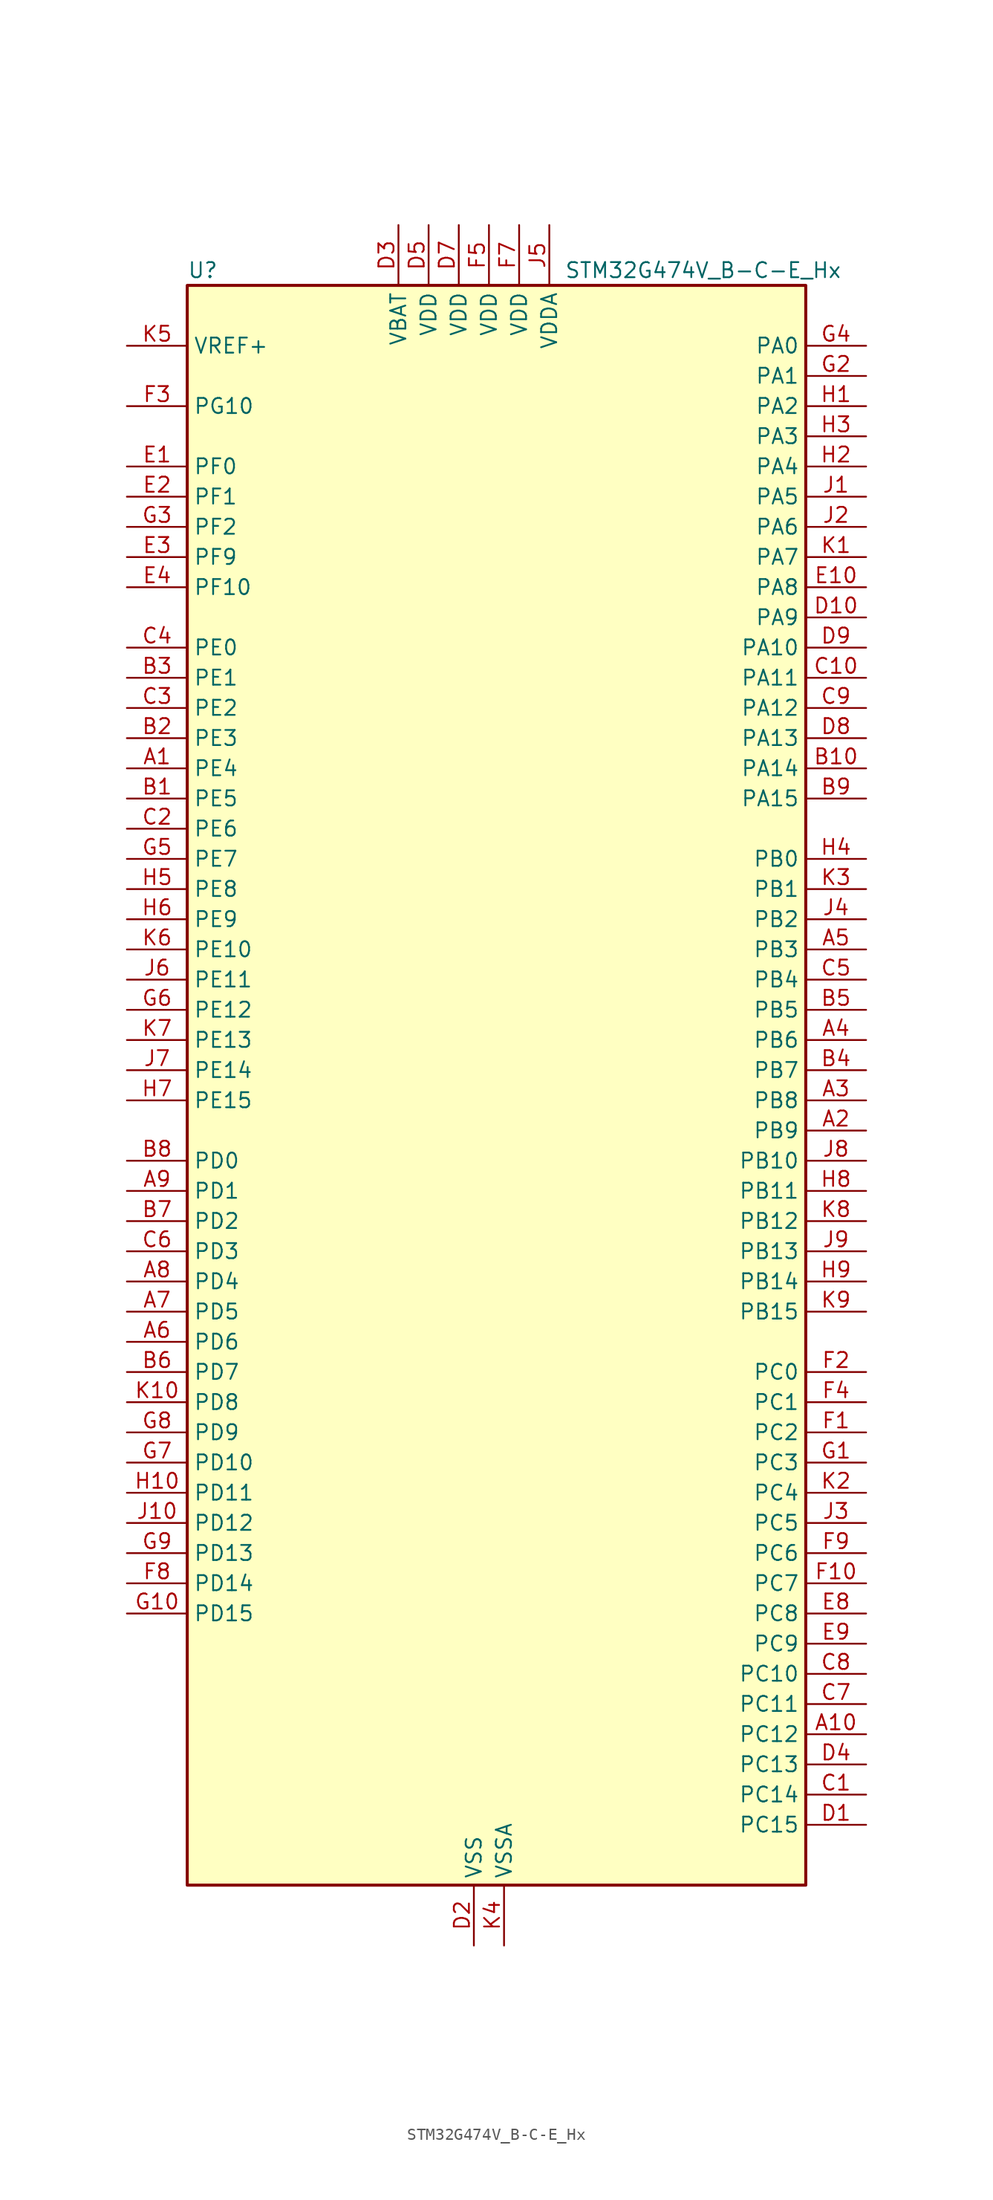
<source format=kicad_sym>
(kicad_symbol_lib
  (version 20241209)
  (generator "kicad_symbol_editor")
  (generator_version "9.0")
  (symbol "STM32G474V_B-C-E_Hx"
    (property "Reference" "U"
      (at -15.24 69.85 0)
      (effects (font (size 1.27 1.27)) (justify left)))
    (property "Value" "STM32G474V_B-C-E_Hx"
      (at 16.51 69.85 0)
      (effects (font (size 1.27 1.27)) (justify left)))
    (symbol "STM32G474V_B-C-E_Hx_0_1"
      (rectangle (start -15.24 68.58) (end 36.83 -66.04) (stroke (width 0.254) (type default)) (fill (type background))))
    (symbol "STM32G474V_B-C-E_Hx_1_1"
      (pin input line (at -20.32 63.5 0) (length 5.08) (name "VREF+" (effects (font (size 1.27 1.27)))) (number "K5" (effects (font (size 1.27 1.27)))) (alternate "VREFBUF_OUT" bidirectional line))
      (pin bidirectional line (at -20.32 58.42 0) (length 5.08) (name "PG10" (effects (font (size 1.27 1.27)))) (number "F3" (effects (font (size 1.27 1.27)))) (alternate "DAC1_EXTI10" bidirectional line) (alternate "DAC2_EXTI10" bidirectional line) (alternate "DAC3_EXTI10" bidirectional line) (alternate "DAC4_EXTI10" bidirectional line) (alternate "RCC_MCO" bidirectional line))
      (pin bidirectional line (at -20.32 53.34 0) (length 5.08) (name "PF0" (effects (font (size 1.27 1.27)))) (number "E1" (effects (font (size 1.27 1.27)))) (alternate "ADC1_IN10" bidirectional line) (alternate "I2C2_SDA" bidirectional line) (alternate "I2S2_WS" bidirectional line) (alternate "RCC_OSC_IN" bidirectional line) (alternate "SPI2_NSS" bidirectional line) (alternate "TIM1_CH3N" bidirectional line))
      (pin bidirectional line (at -20.32 50.8 0) (length 5.08) (name "PF1" (effects (font (size 1.27 1.27)))) (number "E2" (effects (font (size 1.27 1.27)))) (alternate "ADC2_IN10" bidirectional line) (alternate "COMP3_INM" bidirectional line) (alternate "I2S2_CK" bidirectional line) (alternate "RCC_OSC_OUT" bidirectional line) (alternate "SPI2_SCK" bidirectional line))
      (pin bidirectional line (at -20.32 48.26 0) (length 5.08) (name "PF2" (effects (font (size 1.27 1.27)))) (number "G3" (effects (font (size 1.27 1.27)))) (alternate "ADC3_EXTI2" bidirectional line) (alternate "ADC4_EXTI2" bidirectional line) (alternate "ADC5_EXTI2" bidirectional line) (alternate "FMC_A2" bidirectional line) (alternate "I2C2_SMBA" bidirectional line) (alternate "TIM20_CH3" bidirectional line))
      (pin bidirectional line (at -20.32 45.72 0) (length 5.08) (name "PF9" (effects (font (size 1.27 1.27)))) (number "E3" (effects (font (size 1.27 1.27)))) (alternate "DAC1_EXTI9" bidirectional line) (alternate "DAC2_EXTI9" bidirectional line) (alternate "DAC3_EXTI9" bidirectional line) (alternate "DAC4_EXTI9" bidirectional line) (alternate "FMC_A25" bidirectional line) (alternate "QUADSPI1_BK1_IO1" bidirectional line) (alternate "SAI1_FS_B" bidirectional line) (alternate "SPI2_SCK" bidirectional line) (alternate "TIM15_CH1" bidirectional line) (alternate "TIM20_BKIN" bidirectional line) (alternate "TIM5_CH4" bidirectional line))
      (pin bidirectional line (at -20.32 43.18 0) (length 5.08) (name "PF10" (effects (font (size 1.27 1.27)))) (number "E4" (effects (font (size 1.27 1.27)))) (alternate "DAC1_EXTI10" bidirectional line) (alternate "DAC2_EXTI10" bidirectional line) (alternate "DAC3_EXTI10" bidirectional line) (alternate "DAC4_EXTI10" bidirectional line) (alternate "FMC_A0" bidirectional line) (alternate "QUADSPI1_CLK" bidirectional line) (alternate "SAI1_D3" bidirectional line) (alternate "SPI2_SCK" bidirectional line) (alternate "TIM15_CH2" bidirectional line) (alternate "TIM20_BKIN2" bidirectional line))
      (pin bidirectional line (at -20.32 38.1 0) (length 5.08) (name "PE0" (effects (font (size 1.27 1.27)))) (number "C4" (effects (font (size 1.27 1.27)))) (alternate "FMC_NBL0" bidirectional line) (alternate "TIM16_CH1" bidirectional line) (alternate "TIM20_CH4N" bidirectional line) (alternate "TIM20_ETR" bidirectional line) (alternate "TIM4_ETR" bidirectional line) (alternate "USART1_TX" bidirectional line))
      (pin bidirectional line (at -20.32 35.56 0) (length 5.08) (name "PE1" (effects (font (size 1.27 1.27)))) (number "B3" (effects (font (size 1.27 1.27)))) (alternate "FMC_NBL1" bidirectional line) (alternate "TIM17_CH1" bidirectional line) (alternate "TIM20_CH4" bidirectional line) (alternate "USART1_RX" bidirectional line))
      (pin bidirectional line (at -20.32 33.02 0) (length 5.08) (name "PE2" (effects (font (size 1.27 1.27)))) (number "C3" (effects (font (size 1.27 1.27)))) (alternate "ADC3_EXTI2" bidirectional line) (alternate "ADC4_EXTI2" bidirectional line) (alternate "ADC5_EXTI2" bidirectional line) (alternate "FMC_A23" bidirectional line) (alternate "SAI1_CK1" bidirectional line) (alternate "SAI1_MCLK_A" bidirectional line) (alternate "SPI4_SCK" bidirectional line) (alternate "SYS_TRACECLK" bidirectional line) (alternate "TIM20_CH1" bidirectional line) (alternate "TIM3_CH1" bidirectional line))
      (pin bidirectional line (at -20.32 30.48 0) (length 5.08) (name "PE3" (effects (font (size 1.27 1.27)))) (number "B2" (effects (font (size 1.27 1.27)))) (alternate "ADC3_EXTI3" bidirectional line) (alternate "ADC4_EXTI3" bidirectional line) (alternate "ADC5_EXTI3" bidirectional line) (alternate "FMC_A19" bidirectional line) (alternate "SAI1_SD_B" bidirectional line) (alternate "SPI4_NSS" bidirectional line) (alternate "SYS_TRACED0" bidirectional line) (alternate "TIM20_CH2" bidirectional line) (alternate "TIM3_CH2" bidirectional line))
      (pin bidirectional line (at -20.32 27.94 0) (length 5.08) (name "PE4" (effects (font (size 1.27 1.27)))) (number "A1" (effects (font (size 1.27 1.27)))) (alternate "FMC_A20" bidirectional line) (alternate "SAI1_D2" bidirectional line) (alternate "SAI1_FS_A" bidirectional line) (alternate "SPI4_NSS" bidirectional line) (alternate "SYS_TRACED1" bidirectional line) (alternate "TIM20_CH1N" bidirectional line) (alternate "TIM3_CH3" bidirectional line))
      (pin bidirectional line (at -20.32 25.4 0) (length 5.08) (name "PE5" (effects (font (size 1.27 1.27)))) (number "B1" (effects (font (size 1.27 1.27)))) (alternate "FMC_A21" bidirectional line) (alternate "SAI1_CK2" bidirectional line) (alternate "SAI1_SCK_A" bidirectional line) (alternate "SPI4_MISO" bidirectional line) (alternate "SYS_TRACED2" bidirectional line) (alternate "TIM20_CH2N" bidirectional line) (alternate "TIM3_CH4" bidirectional line))
      (pin bidirectional line (at -20.32 22.86 0) (length 5.08) (name "PE6" (effects (font (size 1.27 1.27)))) (number "C2" (effects (font (size 1.27 1.27)))) (alternate "FMC_A22" bidirectional line) (alternate "RTC_TAMP3" bidirectional line) (alternate "SAI1_D1" bidirectional line) (alternate "SAI1_SD_A" bidirectional line) (alternate "SPI4_MOSI" bidirectional line) (alternate "SYS_TRACED3" bidirectional line) (alternate "SYS_WKUP3" bidirectional line) (alternate "TIM20_CH3N" bidirectional line))
      (pin bidirectional line (at -20.32 20.32 0) (length 5.08) (name "PE7" (effects (font (size 1.27 1.27)))) (number "G5" (effects (font (size 1.27 1.27)))) (alternate "ADC3_IN4" bidirectional line) (alternate "COMP4_INP" bidirectional line) (alternate "FMC_D4" bidirectional line) (alternate "FMC_DA4" bidirectional line) (alternate "SAI1_SD_B" bidirectional line) (alternate "TIM1_ETR" bidirectional line))
      (pin bidirectional line (at -20.32 17.78 0) (length 5.08) (name "PE8" (effects (font (size 1.27 1.27)))) (number "H5" (effects (font (size 1.27 1.27)))) (alternate "ADC3_IN6" bidirectional line) (alternate "ADC4_IN6" bidirectional line) (alternate "ADC5_IN6" bidirectional line) (alternate "COMP4_INM" bidirectional line) (alternate "FMC_D5" bidirectional line) (alternate "FMC_DA5" bidirectional line) (alternate "SAI1_SCK_B" bidirectional line) (alternate "TIM1_CH1N" bidirectional line) (alternate "TIM5_CH3" bidirectional line))
      (pin bidirectional line (at -20.32 15.24 0) (length 5.08) (name "PE9" (effects (font (size 1.27 1.27)))) (number "H6" (effects (font (size 1.27 1.27)))) (alternate "ADC3_IN2" bidirectional line) (alternate "DAC1_EXTI9" bidirectional line) (alternate "DAC2_EXTI9" bidirectional line) (alternate "DAC3_EXTI9" bidirectional line) (alternate "DAC4_EXTI9" bidirectional line) (alternate "FMC_D6" bidirectional line) (alternate "FMC_DA6" bidirectional line) (alternate "SAI1_FS_B" bidirectional line) (alternate "TIM1_CH1" bidirectional line) (alternate "TIM5_CH4" bidirectional line))
      (pin bidirectional line (at -20.32 12.7 0) (length 5.08) (name "PE10" (effects (font (size 1.27 1.27)))) (number "K6" (effects (font (size 1.27 1.27)))) (alternate "ADC3_IN14" bidirectional line) (alternate "ADC4_IN14" bidirectional line) (alternate "ADC5_IN14" bidirectional line) (alternate "DAC1_EXTI10" bidirectional line) (alternate "DAC2_EXTI10" bidirectional line) (alternate "DAC3_EXTI10" bidirectional line) (alternate "DAC4_EXTI10" bidirectional line) (alternate "FMC_D7" bidirectional line) (alternate "FMC_DA7" bidirectional line) (alternate "QUADSPI1_CLK" bidirectional line) (alternate "SAI1_MCLK_B" bidirectional line) (alternate "TIM1_CH2N" bidirectional line))
      (pin bidirectional line (at -20.32 10.16 0) (length 5.08) (name "PE11" (effects (font (size 1.27 1.27)))) (number "J6" (effects (font (size 1.27 1.27)))) (alternate "ADC1_EXTI11" bidirectional line) (alternate "ADC2_EXTI11" bidirectional line) (alternate "ADC3_IN15" bidirectional line) (alternate "ADC4_IN15" bidirectional line) (alternate "ADC5_IN15" bidirectional line) (alternate "FMC_D8" bidirectional line) (alternate "FMC_DA8" bidirectional line) (alternate "QUADSPI1_BK1_NCS" bidirectional line) (alternate "SPI4_NSS" bidirectional line) (alternate "TIM1_CH2" bidirectional line))
      (pin bidirectional line (at -20.32 7.62 0) (length 5.08) (name "PE12" (effects (font (size 1.27 1.27)))) (number "G6" (effects (font (size 1.27 1.27)))) (alternate "ADC3_IN16" bidirectional line) (alternate "ADC4_IN16" bidirectional line) (alternate "ADC5_IN16" bidirectional line) (alternate "FMC_D9" bidirectional line) (alternate "FMC_DA9" bidirectional line) (alternate "QUADSPI1_BK1_IO0" bidirectional line) (alternate "SPI4_SCK" bidirectional line) (alternate "TIM1_CH3N" bidirectional line))
      (pin bidirectional line (at -20.32 5.08 0) (length 5.08) (name "PE13" (effects (font (size 1.27 1.27)))) (number "K7" (effects (font (size 1.27 1.27)))) (alternate "ADC3_IN3" bidirectional line) (alternate "FMC_D10" bidirectional line) (alternate "FMC_DA10" bidirectional line) (alternate "QUADSPI1_BK1_IO1" bidirectional line) (alternate "SPI4_MISO" bidirectional line) (alternate "TIM1_CH3" bidirectional line))
      (pin bidirectional line (at -20.32 2.54 0) (length 5.08) (name "PE14" (effects (font (size 1.27 1.27)))) (number "J7" (effects (font (size 1.27 1.27)))) (alternate "ADC4_IN1" bidirectional line) (alternate "FMC_D11" bidirectional line) (alternate "FMC_DA11" bidirectional line) (alternate "QUADSPI1_BK1_IO2" bidirectional line) (alternate "SPI4_MOSI" bidirectional line) (alternate "TIM1_BKIN2" bidirectional line) (alternate "TIM1_CH4" bidirectional line))
      (pin bidirectional line (at -20.32 0 0) (length 5.08) (name "PE15" (effects (font (size 1.27 1.27)))) (number "H7" (effects (font (size 1.27 1.27)))) (alternate "ADC1_EXTI15" bidirectional line) (alternate "ADC2_EXTI15" bidirectional line) (alternate "ADC4_IN2" bidirectional line) (alternate "FMC_D12" bidirectional line) (alternate "FMC_DA12" bidirectional line) (alternate "QUADSPI1_BK1_IO3" bidirectional line) (alternate "TIM1_BKIN" bidirectional line) (alternate "TIM1_CH4N" bidirectional line) (alternate "USART3_RX" bidirectional line))
      (pin bidirectional line (at -20.32 -5.08 0) (length 5.08) (name "PD0" (effects (font (size 1.27 1.27)))) (number "B8" (effects (font (size 1.27 1.27)))) (alternate "FDCAN1_RX" bidirectional line) (alternate "FMC_D2" bidirectional line) (alternate "FMC_DA2" bidirectional line) (alternate "TIM8_CH4N" bidirectional line))
      (pin bidirectional line (at -20.32 -7.62 0) (length 5.08) (name "PD1" (effects (font (size 1.27 1.27)))) (number "A9" (effects (font (size 1.27 1.27)))) (alternate "FDCAN1_TX" bidirectional line) (alternate "FMC_D3" bidirectional line) (alternate "FMC_DA3" bidirectional line) (alternate "TIM8_BKIN2" bidirectional line) (alternate "TIM8_CH4" bidirectional line))
      (pin bidirectional line (at -20.32 -10.16 0) (length 5.08) (name "PD2" (effects (font (size 1.27 1.27)))) (number "B7" (effects (font (size 1.27 1.27)))) (alternate "ADC3_EXTI2" bidirectional line) (alternate "ADC4_EXTI2" bidirectional line) (alternate "ADC5_EXTI2" bidirectional line) (alternate "TIM3_ETR" bidirectional line) (alternate "TIM8_BKIN" bidirectional line) (alternate "UART5_RX" bidirectional line))
      (pin bidirectional line (at -20.32 -12.7 0) (length 5.08) (name "PD3" (effects (font (size 1.27 1.27)))) (number "C6" (effects (font (size 1.27 1.27)))) (alternate "ADC3_EXTI3" bidirectional line) (alternate "ADC4_EXTI3" bidirectional line) (alternate "ADC5_EXTI3" bidirectional line) (alternate "FMC_CLK" bidirectional line) (alternate "QUADSPI1_BK2_NCS" bidirectional line) (alternate "TIM2_CH1" bidirectional line) (alternate "TIM2_ETR" bidirectional line) (alternate "USART2_CTS" bidirectional line) (alternate "USART2_NSS" bidirectional line))
      (pin bidirectional line (at -20.32 -15.24 0) (length 5.08) (name "PD4" (effects (font (size 1.27 1.27)))) (number "A8" (effects (font (size 1.27 1.27)))) (alternate "FMC_NOE" bidirectional line) (alternate "QUADSPI1_BK2_IO0" bidirectional line) (alternate "TIM2_CH2" bidirectional line) (alternate "USART2_DE" bidirectional line) (alternate "USART2_RTS" bidirectional line))
      (pin bidirectional line (at -20.32 -17.78 0) (length 5.08) (name "PD5" (effects (font (size 1.27 1.27)))) (number "A7" (effects (font (size 1.27 1.27)))) (alternate "FMC_NWE" bidirectional line) (alternate "QUADSPI1_BK2_IO1" bidirectional line) (alternate "USART2_TX" bidirectional line))
      (pin bidirectional line (at -20.32 -20.32 0) (length 5.08) (name "PD6" (effects (font (size 1.27 1.27)))) (number "A6" (effects (font (size 1.27 1.27)))) (alternate "FMC_NWAIT" bidirectional line) (alternate "QUADSPI1_BK2_IO2" bidirectional line) (alternate "SAI1_D1" bidirectional line) (alternate "SAI1_SD_A" bidirectional line) (alternate "TIM2_CH4" bidirectional line) (alternate "USART2_RX" bidirectional line))
      (pin bidirectional line (at -20.32 -22.86 0) (length 5.08) (name "PD7" (effects (font (size 1.27 1.27)))) (number "B6" (effects (font (size 1.27 1.27)))) (alternate "FMC_NCE" bidirectional line) (alternate "FMC_NE1" bidirectional line) (alternate "QUADSPI1_BK2_IO3" bidirectional line) (alternate "TIM2_CH3" bidirectional line) (alternate "USART2_CK" bidirectional line))
      (pin bidirectional line (at -20.32 -25.4 0) (length 5.08) (name "PD8" (effects (font (size 1.27 1.27)))) (number "K10" (effects (font (size 1.27 1.27)))) (alternate "ADC4_IN12" bidirectional line) (alternate "ADC5_IN12" bidirectional line) (alternate "FMC_D13" bidirectional line) (alternate "FMC_DA13" bidirectional line) (alternate "OPAMP4_VINM" bidirectional line) (alternate "OPAMP4_VINM1" bidirectional line) (alternate "OPAMP4_VINM_SEC" bidirectional line) (alternate "USART3_TX" bidirectional line))
      (pin bidirectional line (at -20.32 -27.94 0) (length 5.08) (name "PD9" (effects (font (size 1.27 1.27)))) (number "G8" (effects (font (size 1.27 1.27)))) (alternate "ADC4_IN13" bidirectional line) (alternate "ADC5_IN13" bidirectional line) (alternate "DAC1_EXTI9" bidirectional line) (alternate "DAC2_EXTI9" bidirectional line) (alternate "DAC3_EXTI9" bidirectional line) (alternate "DAC4_EXTI9" bidirectional line) (alternate "FMC_D14" bidirectional line) (alternate "FMC_DA14" bidirectional line) (alternate "OPAMP6_VINP" bidirectional line) (alternate "OPAMP6_VINP_SEC" bidirectional line) (alternate "USART3_RX" bidirectional line))
      (pin bidirectional line (at -20.32 -30.48 0) (length 5.08) (name "PD10" (effects (font (size 1.27 1.27)))) (number "G7" (effects (font (size 1.27 1.27)))) (alternate "ADC3_IN7" bidirectional line) (alternate "ADC4_IN7" bidirectional line) (alternate "ADC5_IN7" bidirectional line) (alternate "COMP6_INM" bidirectional line) (alternate "DAC1_EXTI10" bidirectional line) (alternate "DAC2_EXTI10" bidirectional line) (alternate "DAC3_EXTI10" bidirectional line) (alternate "DAC4_EXTI10" bidirectional line) (alternate "FMC_D15" bidirectional line) (alternate "FMC_DA15" bidirectional line) (alternate "USART3_CK" bidirectional line))
      (pin bidirectional line (at -20.32 -33.02 0) (length 5.08) (name "PD11" (effects (font (size 1.27 1.27)))) (number "H10" (effects (font (size 1.27 1.27)))) (alternate "ADC1_EXTI11" bidirectional line) (alternate "ADC2_EXTI11" bidirectional line) (alternate "ADC3_IN8" bidirectional line) (alternate "ADC4_IN8" bidirectional line) (alternate "ADC5_IN8" bidirectional line) (alternate "COMP6_INP" bidirectional line) (alternate "FMC_A16" bidirectional line) (alternate "FMC_CLE" bidirectional line) (alternate "I2C4_SMBA" bidirectional line) (alternate "OPAMP4_VINP" bidirectional line) (alternate "OPAMP4_VINP_SEC" bidirectional line) (alternate "TIM5_ETR" bidirectional line) (alternate "USART3_CTS" bidirectional line) (alternate "USART3_NSS" bidirectional line))
      (pin bidirectional line (at -20.32 -35.56 0) (length 5.08) (name "PD12" (effects (font (size 1.27 1.27)))) (number "J10" (effects (font (size 1.27 1.27)))) (alternate "ADC3_IN9" bidirectional line) (alternate "ADC4_IN9" bidirectional line) (alternate "ADC5_IN9" bidirectional line) (alternate "COMP5_INP" bidirectional line) (alternate "FMC_A17" bidirectional line) (alternate "FMC_ALE" bidirectional line) (alternate "OPAMP5_VINP" bidirectional line) (alternate "OPAMP5_VINP_SEC" bidirectional line) (alternate "TIM4_CH1" bidirectional line) (alternate "USART3_DE" bidirectional line) (alternate "USART3_RTS" bidirectional line))
      (pin bidirectional line (at -20.32 -38.1 0) (length 5.08) (name "PD13" (effects (font (size 1.27 1.27)))) (number "G9" (effects (font (size 1.27 1.27)))) (alternate "ADC3_IN10" bidirectional line) (alternate "ADC4_IN10" bidirectional line) (alternate "ADC5_IN10" bidirectional line) (alternate "COMP5_INM" bidirectional line) (alternate "FMC_A18" bidirectional line) (alternate "TIM4_CH2" bidirectional line))
      (pin bidirectional line (at -20.32 -40.64 0) (length 5.08) (name "PD14" (effects (font (size 1.27 1.27)))) (number "F8" (effects (font (size 1.27 1.27)))) (alternate "ADC3_IN11" bidirectional line) (alternate "ADC4_IN11" bidirectional line) (alternate "ADC5_IN11" bidirectional line) (alternate "COMP7_INP" bidirectional line) (alternate "FMC_D0" bidirectional line) (alternate "FMC_DA0" bidirectional line) (alternate "OPAMP2_VINP" bidirectional line) (alternate "OPAMP2_VINP_SEC" bidirectional line) (alternate "TIM4_CH3" bidirectional line))
      (pin bidirectional line (at -20.32 -43.18 0) (length 5.08) (name "PD15" (effects (font (size 1.27 1.27)))) (number "G10" (effects (font (size 1.27 1.27)))) (alternate "ADC1_EXTI15" bidirectional line) (alternate "ADC2_EXTI15" bidirectional line) (alternate "COMP7_INM" bidirectional line) (alternate "FMC_D1" bidirectional line) (alternate "FMC_DA1" bidirectional line) (alternate "SPI2_NSS" bidirectional line) (alternate "TIM4_CH4" bidirectional line))
      (pin power_in line (at 2.54 73.66 270) (length 5.08) (name "VBAT" (effects (font (size 1.27 1.27)))) (number "D3" (effects (font (size 1.27 1.27)))))
      (pin power_in line (at 5.08 73.66 270) (length 5.08) (name "VDD" (effects (font (size 1.27 1.27)))) (number "D5" (effects (font (size 1.27 1.27)))))
      (pin power_in line (at 7.62 73.66 270) (length 5.08) (name "VDD" (effects (font (size 1.27 1.27)))) (number "D7" (effects (font (size 1.27 1.27)))))
      (pin power_in line (at 8.89 -71.12 90) (length 5.08) (name "VSS" (effects (font (size 1.27 1.27)))) (number "D2" (effects (font (size 1.27 1.27)))))
      (pin passive line (at 8.89 -71.12 90) (length 5.08) (hide yes) (name "VSS" (effects (font (size 1.27 1.27)))) (number "D6" (effects (font (size 1.27 1.27)))))
      (pin passive line (at 8.89 -71.12 90) (length 5.08) (hide yes) (name "VSS" (effects (font (size 1.27 1.27)))) (number "E5" (effects (font (size 1.27 1.27)))))
      (pin passive line (at 8.89 -71.12 90) (length 5.08) (hide yes) (name "VSS" (effects (font (size 1.27 1.27)))) (number "E6" (effects (font (size 1.27 1.27)))))
      (pin passive line (at 8.89 -71.12 90) (length 5.08) (hide yes) (name "VSS" (effects (font (size 1.27 1.27)))) (number "E7" (effects (font (size 1.27 1.27)))))
      (pin passive line (at 8.89 -71.12 90) (length 5.08) (hide yes) (name "VSS" (effects (font (size 1.27 1.27)))) (number "F6" (effects (font (size 1.27 1.27)))))
      (pin power_in line (at 10.16 73.66 270) (length 5.08) (name "VDD" (effects (font (size 1.27 1.27)))) (number "F5" (effects (font (size 1.27 1.27)))))
      (pin power_in line (at 11.43 -71.12 90) (length 5.08) (name "VSSA" (effects (font (size 1.27 1.27)))) (number "K4" (effects (font (size 1.27 1.27)))))
      (pin power_in line (at 12.7 73.66 270) (length 5.08) (name "VDD" (effects (font (size 1.27 1.27)))) (number "F7" (effects (font (size 1.27 1.27)))))
      (pin power_in line (at 15.24 73.66 270) (length 5.08) (name "VDDA" (effects (font (size 1.27 1.27)))) (number "J5" (effects (font (size 1.27 1.27)))))
      (pin bidirectional line (at 41.91 63.5 180) (length 5.08) (name "PA0" (effects (font (size 1.27 1.27)))) (number "G4" (effects (font (size 1.27 1.27)))) (alternate "ADC1_IN1" bidirectional line) (alternate "ADC2_IN1" bidirectional line) (alternate "COMP1_INM" bidirectional line) (alternate "COMP1_OUT" bidirectional line) (alternate "COMP3_INP" bidirectional line) (alternate "RTC_TAMP2" bidirectional line) (alternate "SYS_WKUP1" bidirectional line) (alternate "TIM2_CH1" bidirectional line) (alternate "TIM2_ETR" bidirectional line) (alternate "TIM5_CH1" bidirectional line) (alternate "TIM8_BKIN" bidirectional line) (alternate "TIM8_ETR" bidirectional line) (alternate "USART2_CTS" bidirectional line) (alternate "USART2_NSS" bidirectional line))
      (pin bidirectional line (at 41.91 60.96 180) (length 5.08) (name "PA1" (effects (font (size 1.27 1.27)))) (number "G2" (effects (font (size 1.27 1.27)))) (alternate "ADC1_IN2" bidirectional line) (alternate "ADC2_IN2" bidirectional line) (alternate "COMP1_INP" bidirectional line) (alternate "OPAMP1_VINP" bidirectional line) (alternate "OPAMP1_VINP_SEC" bidirectional line) (alternate "OPAMP3_VINP" bidirectional line) (alternate "OPAMP3_VINP_SEC" bidirectional line) (alternate "OPAMP6_VINM" bidirectional line) (alternate "OPAMP6_VINM0" bidirectional line) (alternate "OPAMP6_VINM_SEC" bidirectional line) (alternate "RTC_REFIN" bidirectional line) (alternate "TIM15_CH1N" bidirectional line) (alternate "TIM2_CH2" bidirectional line) (alternate "TIM5_CH2" bidirectional line) (alternate "USART2_DE" bidirectional line) (alternate "USART2_RTS" bidirectional line))
      (pin bidirectional line (at 41.91 58.42 180) (length 5.08) (name "PA2" (effects (font (size 1.27 1.27)))) (number "H1" (effects (font (size 1.27 1.27)))) (alternate "ADC1_IN3" bidirectional line) (alternate "ADC3_EXTI2" bidirectional line) (alternate "ADC4_EXTI2" bidirectional line) (alternate "ADC5_EXTI2" bidirectional line) (alternate "COMP2_INM" bidirectional line) (alternate "COMP2_OUT" bidirectional line) (alternate "LPUART1_TX" bidirectional line) (alternate "OPAMP1_VOUT" bidirectional line) (alternate "QUADSPI1_BK1_NCS" bidirectional line) (alternate "RCC_LSCO" bidirectional line) (alternate "SYS_WKUP4" bidirectional line) (alternate "TIM15_CH1" bidirectional line) (alternate "TIM2_CH3" bidirectional line) (alternate "TIM5_CH3" bidirectional line) (alternate "UCPD1_FRSTX1" bidirectional line) (alternate "UCPD1_FRSTX2" bidirectional line) (alternate "USART2_TX" bidirectional line))
      (pin bidirectional line (at 41.91 55.88 180) (length 5.08) (name "PA3" (effects (font (size 1.27 1.27)))) (number "H3" (effects (font (size 1.27 1.27)))) (alternate "ADC1_IN4" bidirectional line) (alternate "ADC3_EXTI3" bidirectional line) (alternate "ADC4_EXTI3" bidirectional line) (alternate "ADC5_EXTI3" bidirectional line) (alternate "COMP2_INP" bidirectional line) (alternate "LPUART1_RX" bidirectional line) (alternate "OPAMP1_VINM" bidirectional line) (alternate "OPAMP1_VINM0" bidirectional line) (alternate "OPAMP1_VINM_SEC" bidirectional line) (alternate "OPAMP1_VINP" bidirectional line) (alternate "OPAMP1_VINP_SEC" bidirectional line) (alternate "OPAMP5_VINM" bidirectional line) (alternate "OPAMP5_VINM1" bidirectional line) (alternate "OPAMP5_VINM_SEC" bidirectional line) (alternate "QUADSPI1_CLK" bidirectional line) (alternate "SAI1_CK1" bidirectional line) (alternate "SAI1_MCLK_A" bidirectional line) (alternate "TIM15_CH2" bidirectional line) (alternate "TIM2_CH4" bidirectional line) (alternate "TIM5_CH4" bidirectional line) (alternate "USART2_RX" bidirectional line))
      (pin bidirectional line (at 41.91 53.34 180) (length 5.08) (name "PA4" (effects (font (size 1.27 1.27)))) (number "H2" (effects (font (size 1.27 1.27)))) (alternate "ADC2_IN17" bidirectional line) (alternate "COMP1_INM" bidirectional line) (alternate "DAC1_OUT1" bidirectional line) (alternate "I2S3_WS" bidirectional line) (alternate "SAI1_FS_B" bidirectional line) (alternate "SPI1_NSS" bidirectional line) (alternate "SPI3_NSS" bidirectional line) (alternate "TIM3_CH2" bidirectional line) (alternate "USART2_CK" bidirectional line))
      (pin bidirectional line (at 41.91 50.8 180) (length 5.08) (name "PA5" (effects (font (size 1.27 1.27)))) (number "J1" (effects (font (size 1.27 1.27)))) (alternate "ADC2_IN13" bidirectional line) (alternate "COMP2_INM" bidirectional line) (alternate "DAC1_OUT2" bidirectional line) (alternate "OPAMP2_VINM" bidirectional line) (alternate "OPAMP2_VINM0" bidirectional line) (alternate "OPAMP2_VINM_SEC" bidirectional line) (alternate "SPI1_SCK" bidirectional line) (alternate "TIM2_CH1" bidirectional line) (alternate "TIM2_ETR" bidirectional line) (alternate "UCPD1_FRSTX1" bidirectional line) (alternate "UCPD1_FRSTX2" bidirectional line))
      (pin bidirectional line (at 41.91 48.26 180) (length 5.08) (name "PA6" (effects (font (size 1.27 1.27)))) (number "J2" (effects (font (size 1.27 1.27)))) (alternate "ADC2_IN3" bidirectional line) (alternate "COMP1_OUT" bidirectional line) (alternate "DAC2_OUT1" bidirectional line) (alternate "LPUART1_CTS" bidirectional line) (alternate "OPAMP2_VOUT" bidirectional line) (alternate "QUADSPI1_BK1_IO3" bidirectional line) (alternate "SPI1_MISO" bidirectional line) (alternate "TIM16_CH1" bidirectional line) (alternate "TIM1_BKIN" bidirectional line) (alternate "TIM3_CH1" bidirectional line) (alternate "TIM8_BKIN" bidirectional line))
      (pin bidirectional line (at 41.91 45.72 180) (length 5.08) (name "PA7" (effects (font (size 1.27 1.27)))) (number "K1" (effects (font (size 1.27 1.27)))) (alternate "ADC2_IN4" bidirectional line) (alternate "COMP2_INP" bidirectional line) (alternate "COMP2_OUT" bidirectional line) (alternate "OPAMP1_VINP" bidirectional line) (alternate "OPAMP1_VINP_SEC" bidirectional line) (alternate "OPAMP2_VINP" bidirectional line) (alternate "OPAMP2_VINP_SEC" bidirectional line) (alternate "QUADSPI1_BK1_IO2" bidirectional line) (alternate "SPI1_MOSI" bidirectional line) (alternate "TIM17_CH1" bidirectional line) (alternate "TIM1_CH1N" bidirectional line) (alternate "TIM3_CH2" bidirectional line) (alternate "TIM8_CH1N" bidirectional line) (alternate "UCPD1_FRSTX1" bidirectional line) (alternate "UCPD1_FRSTX2" bidirectional line))
      (pin bidirectional line (at 41.91 43.18 180) (length 5.08) (name "PA8" (effects (font (size 1.27 1.27)))) (number "E10" (effects (font (size 1.27 1.27)))) (alternate "ADC5_IN1" bidirectional line) (alternate "COMP7_OUT" bidirectional line) (alternate "FDCAN3_RX" bidirectional line) (alternate "HRTIM1_CHA1" bidirectional line) (alternate "I2C2_SDA" bidirectional line) (alternate "I2C3_SCL" bidirectional line) (alternate "I2S2_MCK" bidirectional line) (alternate "OPAMP5_VOUT" bidirectional line) (alternate "RCC_MCO" bidirectional line) (alternate "SAI1_CK2" bidirectional line) (alternate "SAI1_SCK_A" bidirectional line) (alternate "TIM1_CH1" bidirectional line) (alternate "TIM4_ETR" bidirectional line) (alternate "USART1_CK" bidirectional line))
      (pin bidirectional line (at 41.91 40.64 180) (length 5.08) (name "PA9" (effects (font (size 1.27 1.27)))) (number "D10" (effects (font (size 1.27 1.27)))) (alternate "ADC5_IN2" bidirectional line) (alternate "COMP5_OUT" bidirectional line) (alternate "DAC1_EXTI9" bidirectional line) (alternate "DAC2_EXTI9" bidirectional line) (alternate "DAC3_EXTI9" bidirectional line) (alternate "DAC4_EXTI9" bidirectional line) (alternate "HRTIM1_CHA2" bidirectional line) (alternate "I2C2_SCL" bidirectional line) (alternate "I2C3_SMBA" bidirectional line) (alternate "I2S3_MCK" bidirectional line) (alternate "SAI1_FS_A" bidirectional line) (alternate "TIM15_BKIN" bidirectional line) (alternate "TIM1_CH2" bidirectional line) (alternate "TIM2_CH3" bidirectional line) (alternate "UCPD1_DBCC1" bidirectional line) (alternate "USART1_TX" bidirectional line))
      (pin bidirectional line (at 41.91 38.1 180) (length 5.08) (name "PA10" (effects (font (size 1.27 1.27)))) (number "D9" (effects (font (size 1.27 1.27)))) (alternate "COMP6_OUT" bidirectional line) (alternate "CRS_SYNC" bidirectional line) (alternate "DAC1_EXTI10" bidirectional line) (alternate "DAC2_EXTI10" bidirectional line) (alternate "DAC3_EXTI10" bidirectional line) (alternate "DAC4_EXTI10" bidirectional line) (alternate "HRTIM1_CHB1" bidirectional line) (alternate "I2C2_SMBA" bidirectional line) (alternate "SAI1_D1" bidirectional line) (alternate "SAI1_SD_A" bidirectional line) (alternate "SPI2_MISO" bidirectional line) (alternate "TIM17_BKIN" bidirectional line) (alternate "TIM1_CH3" bidirectional line) (alternate "TIM2_CH4" bidirectional line) (alternate "TIM8_BKIN" bidirectional line) (alternate "UCPD1_DBCC2" bidirectional line) (alternate "USART1_RX" bidirectional line))
      (pin bidirectional line (at 41.91 35.56 180) (length 5.08) (name "PA11" (effects (font (size 1.27 1.27)))) (number "C10" (effects (font (size 1.27 1.27)))) (alternate "ADC1_EXTI11" bidirectional line) (alternate "ADC2_EXTI11" bidirectional line) (alternate "COMP1_OUT" bidirectional line) (alternate "FDCAN1_RX" bidirectional line) (alternate "HRTIM1_CHB2" bidirectional line) (alternate "I2S2_SD" bidirectional line) (alternate "SPI2_MOSI" bidirectional line) (alternate "TIM1_BKIN2" bidirectional line) (alternate "TIM1_CH1N" bidirectional line) (alternate "TIM1_CH4" bidirectional line) (alternate "TIM4_CH1" bidirectional line) (alternate "USART1_CTS" bidirectional line) (alternate "USART1_NSS" bidirectional line) (alternate "USB_DM" bidirectional line))
      (pin bidirectional line (at 41.91 33.02 180) (length 5.08) (name "PA12" (effects (font (size 1.27 1.27)))) (number "C9" (effects (font (size 1.27 1.27)))) (alternate "COMP2_OUT" bidirectional line) (alternate "FDCAN1_TX" bidirectional line) (alternate "HRTIM1_FLT1" bidirectional line) (alternate "I2S_CKIN" bidirectional line) (alternate "TIM16_CH1" bidirectional line) (alternate "TIM1_CH2N" bidirectional line) (alternate "TIM1_ETR" bidirectional line) (alternate "TIM4_CH2" bidirectional line) (alternate "USART1_DE" bidirectional line) (alternate "USART1_RTS" bidirectional line) (alternate "USB_DP" bidirectional line))
      (pin bidirectional line (at 41.91 30.48 180) (length 5.08) (name "PA13" (effects (font (size 1.27 1.27)))) (number "D8" (effects (font (size 1.27 1.27)))) (alternate "I2C1_SCL" bidirectional line) (alternate "I2C4_SCL" bidirectional line) (alternate "IR_OUT" bidirectional line) (alternate "SAI1_SD_B" bidirectional line) (alternate "SYS_JTMS-SWDIO" bidirectional line) (alternate "TIM16_CH1N" bidirectional line) (alternate "TIM4_CH3" bidirectional line) (alternate "USART3_CTS" bidirectional line) (alternate "USART3_NSS" bidirectional line))
      (pin bidirectional line (at 41.91 27.94 180) (length 5.08) (name "PA14" (effects (font (size 1.27 1.27)))) (number "B10" (effects (font (size 1.27 1.27)))) (alternate "I2C1_SDA" bidirectional line) (alternate "I2C4_SMBA" bidirectional line) (alternate "LPTIM1_OUT" bidirectional line) (alternate "SAI1_FS_B" bidirectional line) (alternate "SYS_JTCK-SWCLK" bidirectional line) (alternate "TIM1_BKIN" bidirectional line) (alternate "TIM8_CH2" bidirectional line) (alternate "USART2_TX" bidirectional line))
      (pin bidirectional line (at 41.91 25.4 180) (length 5.08) (name "PA15" (effects (font (size 1.27 1.27)))) (number "B9" (effects (font (size 1.27 1.27)))) (alternate "ADC1_EXTI15" bidirectional line) (alternate "ADC2_EXTI15" bidirectional line) (alternate "FDCAN3_TX" bidirectional line) (alternate "HRTIM1_FLT2" bidirectional line) (alternate "I2C1_SCL" bidirectional line) (alternate "I2S3_WS" bidirectional line) (alternate "SPI1_NSS" bidirectional line) (alternate "SPI3_NSS" bidirectional line) (alternate "SYS_JTDI" bidirectional line) (alternate "TIM1_BKIN" bidirectional line) (alternate "TIM2_CH1" bidirectional line) (alternate "TIM2_ETR" bidirectional line) (alternate "TIM8_CH1" bidirectional line) (alternate "UART4_DE" bidirectional line) (alternate "UART4_RTS" bidirectional line) (alternate "USART2_RX" bidirectional line))
      (pin bidirectional line (at 41.91 20.32 180) (length 5.08) (name "PB0" (effects (font (size 1.27 1.27)))) (number "H4" (effects (font (size 1.27 1.27)))) (alternate "ADC1_IN15" bidirectional line) (alternate "ADC3_IN12" bidirectional line) (alternate "COMP4_INP" bidirectional line) (alternate "HRTIM1_FLT5" bidirectional line) (alternate "OPAMP2_VINP" bidirectional line) (alternate "OPAMP2_VINP_SEC" bidirectional line) (alternate "OPAMP3_VINP" bidirectional line) (alternate "OPAMP3_VINP_SEC" bidirectional line) (alternate "QUADSPI1_BK1_IO1" bidirectional line) (alternate "TIM1_CH2N" bidirectional line) (alternate "TIM3_CH3" bidirectional line) (alternate "TIM8_CH2N" bidirectional line) (alternate "UCPD1_FRSTX1" bidirectional line) (alternate "UCPD1_FRSTX2" bidirectional line))
      (pin bidirectional line (at 41.91 17.78 180) (length 5.08) (name "PB1" (effects (font (size 1.27 1.27)))) (number "K3" (effects (font (size 1.27 1.27)))) (alternate "ADC1_IN12" bidirectional line) (alternate "ADC3_IN1" bidirectional line) (alternate "COMP1_INP" bidirectional line) (alternate "COMP4_OUT" bidirectional line) (alternate "HRTIM1_SCOUT" bidirectional line) (alternate "LPUART1_DE" bidirectional line) (alternate "LPUART1_RTS" bidirectional line) (alternate "OPAMP3_VOUT" bidirectional line) (alternate "OPAMP6_VINM" bidirectional line) (alternate "OPAMP6_VINM1" bidirectional line) (alternate "OPAMP6_VINM_SEC" bidirectional line) (alternate "QUADSPI1_BK1_IO0" bidirectional line) (alternate "TIM1_CH3N" bidirectional line) (alternate "TIM3_CH4" bidirectional line) (alternate "TIM8_CH3N" bidirectional line))
      (pin bidirectional line (at 41.91 15.24 180) (length 5.08) (name "PB2" (effects (font (size 1.27 1.27)))) (number "J4" (effects (font (size 1.27 1.27)))) (alternate "ADC2_IN12" bidirectional line) (alternate "ADC3_EXTI2" bidirectional line) (alternate "ADC4_EXTI2" bidirectional line) (alternate "ADC5_EXTI2" bidirectional line) (alternate "COMP4_INM" bidirectional line) (alternate "HRTIM1_SCIN" bidirectional line) (alternate "I2C3_SMBA" bidirectional line) (alternate "LPTIM1_OUT" bidirectional line) (alternate "OPAMP3_VINM" bidirectional line) (alternate "OPAMP3_VINM0" bidirectional line) (alternate "OPAMP3_VINM_SEC" bidirectional line) (alternate "QUADSPI1_BK2_IO1" bidirectional line) (alternate "RTC_OUT2" bidirectional line) (alternate "TIM20_CH1" bidirectional line) (alternate "TIM5_CH1" bidirectional line))
      (pin bidirectional line (at 41.91 12.7 180) (length 5.08) (name "PB3" (effects (font (size 1.27 1.27)))) (number "A5" (effects (font (size 1.27 1.27)))) (alternate "ADC3_EXTI3" bidirectional line) (alternate "ADC4_EXTI3" bidirectional line) (alternate "ADC5_EXTI3" bidirectional line) (alternate "CRS_SYNC" bidirectional line) (alternate "FDCAN3_RX" bidirectional line) (alternate "HRTIM1_EEV9" bidirectional line) (alternate "HRTIM1_SCOUT" bidirectional line) (alternate "I2S3_CK" bidirectional line) (alternate "SAI1_SCK_B" bidirectional line) (alternate "SPI1_SCK" bidirectional line) (alternate "SPI3_SCK" bidirectional line) (alternate "SYS_JTDO-SWO" bidirectional line) (alternate "TIM2_CH2" bidirectional line) (alternate "TIM3_ETR" bidirectional line) (alternate "TIM4_ETR" bidirectional line) (alternate "TIM8_CH1N" bidirectional line) (alternate "USART2_TX" bidirectional line))
      (pin bidirectional line (at 41.91 10.16 180) (length 5.08) (name "PB4" (effects (font (size 1.27 1.27)))) (number "C5" (effects (font (size 1.27 1.27)))) (alternate "FDCAN3_TX" bidirectional line) (alternate "HRTIM1_EEV7" bidirectional line) (alternate "SAI1_MCLK_B" bidirectional line) (alternate "SPI1_MISO" bidirectional line) (alternate "SPI3_MISO" bidirectional line) (alternate "SYS_JTRST" bidirectional line) (alternate "TIM16_CH1" bidirectional line) (alternate "TIM17_BKIN" bidirectional line) (alternate "TIM3_CH1" bidirectional line) (alternate "TIM8_CH2N" bidirectional line) (alternate "UART5_DE" bidirectional line) (alternate "UART5_RTS" bidirectional line) (alternate "UCPD1_CC2" bidirectional line) (alternate "USART2_RX" bidirectional line))
      (pin bidirectional line (at 41.91 7.62 180) (length 5.08) (name "PB5" (effects (font (size 1.27 1.27)))) (number "B5" (effects (font (size 1.27 1.27)))) (alternate "FDCAN2_RX" bidirectional line) (alternate "HRTIM1_EEV6" bidirectional line) (alternate "I2C1_SMBA" bidirectional line) (alternate "I2C3_SDA" bidirectional line) (alternate "I2S3_SD" bidirectional line) (alternate "LPTIM1_IN1" bidirectional line) (alternate "SAI1_SD_B" bidirectional line) (alternate "SPI1_MOSI" bidirectional line) (alternate "SPI3_MOSI" bidirectional line) (alternate "TIM16_BKIN" bidirectional line) (alternate "TIM17_CH1" bidirectional line) (alternate "TIM3_CH2" bidirectional line) (alternate "TIM8_CH3N" bidirectional line) (alternate "UART5_CTS" bidirectional line) (alternate "USART2_CK" bidirectional line))
      (pin bidirectional line (at 41.91 5.08 180) (length 5.08) (name "PB6" (effects (font (size 1.27 1.27)))) (number "A4" (effects (font (size 1.27 1.27)))) (alternate "COMP4_OUT" bidirectional line) (alternate "FDCAN2_TX" bidirectional line) (alternate "HRTIM1_EEV4" bidirectional line) (alternate "HRTIM1_SCIN" bidirectional line) (alternate "LPTIM1_ETR" bidirectional line) (alternate "SAI1_FS_B" bidirectional line) (alternate "TIM16_CH1N" bidirectional line) (alternate "TIM4_CH1" bidirectional line) (alternate "TIM8_BKIN2" bidirectional line) (alternate "TIM8_CH1" bidirectional line) (alternate "TIM8_ETR" bidirectional line) (alternate "UCPD1_CC1" bidirectional line) (alternate "USART1_TX" bidirectional line))
      (pin bidirectional line (at 41.91 2.54 180) (length 5.08) (name "PB7" (effects (font (size 1.27 1.27)))) (number "B4" (effects (font (size 1.27 1.27)))) (alternate "COMP3_OUT" bidirectional line) (alternate "FMC_NL" bidirectional line) (alternate "HRTIM1_EEV3" bidirectional line) (alternate "I2C1_SDA" bidirectional line) (alternate "I2C4_SDA" bidirectional line) (alternate "LPTIM1_IN2" bidirectional line) (alternate "SYS_PVD_IN" bidirectional line) (alternate "TIM17_CH1N" bidirectional line) (alternate "TIM3_CH4" bidirectional line) (alternate "TIM4_CH2" bidirectional line) (alternate "TIM8_BKIN" bidirectional line) (alternate "UART4_CTS" bidirectional line) (alternate "USART1_RX" bidirectional line))
      (pin bidirectional line (at 41.91 0 180) (length 5.08) (name "PB8" (effects (font (size 1.27 1.27)))) (number "A3" (effects (font (size 1.27 1.27)))) (alternate "COMP1_OUT" bidirectional line) (alternate "FDCAN1_RX" bidirectional line) (alternate "HRTIM1_EEV8" bidirectional line) (alternate "I2C1_SCL" bidirectional line) (alternate "SAI1_CK1" bidirectional line) (alternate "SAI1_MCLK_A" bidirectional line) (alternate "TIM16_CH1" bidirectional line) (alternate "TIM1_BKIN" bidirectional line) (alternate "TIM4_CH3" bidirectional line) (alternate "TIM8_CH2" bidirectional line) (alternate "USART3_RX" bidirectional line))
      (pin bidirectional line (at 41.91 -2.54 180) (length 5.08) (name "PB9" (effects (font (size 1.27 1.27)))) (number "A2" (effects (font (size 1.27 1.27)))) (alternate "COMP2_OUT" bidirectional line) (alternate "DAC1_EXTI9" bidirectional line) (alternate "DAC2_EXTI9" bidirectional line) (alternate "DAC3_EXTI9" bidirectional line) (alternate "DAC4_EXTI9" bidirectional line) (alternate "FDCAN1_TX" bidirectional line) (alternate "HRTIM1_EEV5" bidirectional line) (alternate "I2C1_SDA" bidirectional line) (alternate "IR_OUT" bidirectional line) (alternate "SAI1_D2" bidirectional line) (alternate "SAI1_FS_A" bidirectional line) (alternate "TIM17_CH1" bidirectional line) (alternate "TIM1_CH3N" bidirectional line) (alternate "TIM4_CH4" bidirectional line) (alternate "TIM8_CH3" bidirectional line) (alternate "USART3_TX" bidirectional line))
      (pin bidirectional line (at 41.91 -5.08 180) (length 5.08) (name "PB10" (effects (font (size 1.27 1.27)))) (number "J8" (effects (font (size 1.27 1.27)))) (alternate "COMP5_INM" bidirectional line) (alternate "DAC1_EXTI10" bidirectional line) (alternate "DAC2_EXTI10" bidirectional line) (alternate "DAC3_EXTI10" bidirectional line) (alternate "DAC4_EXTI10" bidirectional line) (alternate "HRTIM1_FLT3" bidirectional line) (alternate "LPUART1_RX" bidirectional line) (alternate "OPAMP3_VINM" bidirectional line) (alternate "OPAMP3_VINM1" bidirectional line) (alternate "OPAMP3_VINM_SEC" bidirectional line) (alternate "OPAMP4_VINM" bidirectional line) (alternate "OPAMP4_VINM0" bidirectional line) (alternate "OPAMP4_VINM_SEC" bidirectional line) (alternate "QUADSPI1_CLK" bidirectional line) (alternate "SAI1_SCK_A" bidirectional line) (alternate "TIM1_BKIN" bidirectional line) (alternate "TIM2_CH3" bidirectional line) (alternate "USART3_TX" bidirectional line))
      (pin bidirectional line (at 41.91 -7.62 180) (length 5.08) (name "PB11" (effects (font (size 1.27 1.27)))) (number "H8" (effects (font (size 1.27 1.27)))) (alternate "ADC1_EXTI11" bidirectional line) (alternate "ADC1_IN14" bidirectional line) (alternate "ADC2_EXTI11" bidirectional line) (alternate "ADC2_IN14" bidirectional line) (alternate "COMP6_INP" bidirectional line) (alternate "HRTIM1_FLT4" bidirectional line) (alternate "LPUART1_TX" bidirectional line) (alternate "OPAMP4_VINP" bidirectional line) (alternate "OPAMP4_VINP_SEC" bidirectional line) (alternate "OPAMP6_VOUT" bidirectional line) (alternate "QUADSPI1_BK1_NCS" bidirectional line) (alternate "TIM2_CH4" bidirectional line) (alternate "USART3_RX" bidirectional line))
      (pin bidirectional line (at 41.91 -10.16 180) (length 5.08) (name "PB12" (effects (font (size 1.27 1.27)))) (number "K8" (effects (font (size 1.27 1.27)))) (alternate "ADC1_IN11" bidirectional line) (alternate "ADC4_IN3" bidirectional line) (alternate "COMP7_INM" bidirectional line) (alternate "FDCAN2_RX" bidirectional line) (alternate "HRTIM1_CHC1" bidirectional line) (alternate "I2C2_SMBA" bidirectional line) (alternate "I2S2_WS" bidirectional line) (alternate "LPUART1_DE" bidirectional line) (alternate "LPUART1_RTS" bidirectional line) (alternate "OPAMP4_VOUT" bidirectional line) (alternate "OPAMP6_VINP" bidirectional line) (alternate "OPAMP6_VINP_SEC" bidirectional line) (alternate "SPI2_NSS" bidirectional line) (alternate "TIM1_BKIN" bidirectional line) (alternate "TIM5_ETR" bidirectional line) (alternate "USART3_CK" bidirectional line))
      (pin bidirectional line (at 41.91 -12.7 180) (length 5.08) (name "PB13" (effects (font (size 1.27 1.27)))) (number "J9" (effects (font (size 1.27 1.27)))) (alternate "ADC3_IN5" bidirectional line) (alternate "COMP5_INP" bidirectional line) (alternate "FDCAN2_TX" bidirectional line) (alternate "HRTIM1_CHC2" bidirectional line) (alternate "I2S2_CK" bidirectional line) (alternate "LPUART1_CTS" bidirectional line) (alternate "OPAMP3_VINP" bidirectional line) (alternate "OPAMP3_VINP_SEC" bidirectional line) (alternate "OPAMP4_VINP" bidirectional line) (alternate "OPAMP4_VINP_SEC" bidirectional line) (alternate "OPAMP6_VINP" bidirectional line) (alternate "OPAMP6_VINP_SEC" bidirectional line) (alternate "SPI2_SCK" bidirectional line) (alternate "TIM1_CH1N" bidirectional line) (alternate "USART3_CTS" bidirectional line) (alternate "USART3_NSS" bidirectional line))
      (pin bidirectional line (at 41.91 -15.24 180) (length 5.08) (name "PB14" (effects (font (size 1.27 1.27)))) (number "H9" (effects (font (size 1.27 1.27)))) (alternate "ADC1_IN5" bidirectional line) (alternate "ADC4_IN4" bidirectional line) (alternate "COMP4_OUT" bidirectional line) (alternate "COMP7_INP" bidirectional line) (alternate "HRTIM1_CHD1" bidirectional line) (alternate "OPAMP2_VINP" bidirectional line) (alternate "OPAMP2_VINP_SEC" bidirectional line) (alternate "OPAMP5_VINP" bidirectional line) (alternate "OPAMP5_VINP_SEC" bidirectional line) (alternate "SPI2_MISO" bidirectional line) (alternate "TIM15_CH1" bidirectional line) (alternate "TIM1_CH2N" bidirectional line) (alternate "USART3_DE" bidirectional line) (alternate "USART3_RTS" bidirectional line))
      (pin bidirectional line (at 41.91 -17.78 180) (length 5.08) (name "PB15" (effects (font (size 1.27 1.27)))) (number "K9" (effects (font (size 1.27 1.27)))) (alternate "ADC1_EXTI15" bidirectional line) (alternate "ADC2_EXTI15" bidirectional line) (alternate "ADC2_IN15" bidirectional line) (alternate "ADC4_IN5" bidirectional line) (alternate "COMP3_OUT" bidirectional line) (alternate "COMP6_INM" bidirectional line) (alternate "HRTIM1_CHD2" bidirectional line) (alternate "I2S2_SD" bidirectional line) (alternate "OPAMP5_VINM" bidirectional line) (alternate "OPAMP5_VINM0" bidirectional line) (alternate "OPAMP5_VINM_SEC" bidirectional line) (alternate "RTC_REFIN" bidirectional line) (alternate "SPI2_MOSI" bidirectional line) (alternate "TIM15_CH1N" bidirectional line) (alternate "TIM15_CH2" bidirectional line) (alternate "TIM1_CH3N" bidirectional line))
      (pin bidirectional line (at 41.91 -22.86 180) (length 5.08) (name "PC0" (effects (font (size 1.27 1.27)))) (number "F2" (effects (font (size 1.27 1.27)))) (alternate "ADC1_IN6" bidirectional line) (alternate "ADC2_IN6" bidirectional line) (alternate "COMP3_INM" bidirectional line) (alternate "LPTIM1_IN1" bidirectional line) (alternate "LPUART1_RX" bidirectional line) (alternate "TIM1_CH1" bidirectional line))
      (pin bidirectional line (at 41.91 -25.4 180) (length 5.08) (name "PC1" (effects (font (size 1.27 1.27)))) (number "F4" (effects (font (size 1.27 1.27)))) (alternate "ADC1_IN7" bidirectional line) (alternate "ADC2_IN7" bidirectional line) (alternate "COMP3_INP" bidirectional line) (alternate "LPTIM1_OUT" bidirectional line) (alternate "LPUART1_TX" bidirectional line) (alternate "QUADSPI1_BK2_IO0" bidirectional line) (alternate "SAI1_SD_A" bidirectional line) (alternate "TIM1_CH2" bidirectional line))
      (pin bidirectional line (at 41.91 -27.94 180) (length 5.08) (name "PC2" (effects (font (size 1.27 1.27)))) (number "F1" (effects (font (size 1.27 1.27)))) (alternate "ADC1_IN8" bidirectional line) (alternate "ADC2_IN8" bidirectional line) (alternate "ADC3_EXTI2" bidirectional line) (alternate "ADC4_EXTI2" bidirectional line) (alternate "ADC5_EXTI2" bidirectional line) (alternate "COMP3_OUT" bidirectional line) (alternate "LPTIM1_IN2" bidirectional line) (alternate "QUADSPI1_BK2_IO1" bidirectional line) (alternate "TIM1_CH3" bidirectional line) (alternate "TIM20_CH2" bidirectional line))
      (pin bidirectional line (at 41.91 -30.48 180) (length 5.08) (name "PC3" (effects (font (size 1.27 1.27)))) (number "G1" (effects (font (size 1.27 1.27)))) (alternate "ADC1_IN9" bidirectional line) (alternate "ADC2_IN9" bidirectional line) (alternate "ADC3_EXTI3" bidirectional line) (alternate "ADC4_EXTI3" bidirectional line) (alternate "ADC5_EXTI3" bidirectional line) (alternate "LPTIM1_ETR" bidirectional line) (alternate "OPAMP5_VINP" bidirectional line) (alternate "OPAMP5_VINP_SEC" bidirectional line) (alternate "QUADSPI1_BK2_IO2" bidirectional line) (alternate "SAI1_D1" bidirectional line) (alternate "SAI1_SD_A" bidirectional line) (alternate "TIM1_BKIN2" bidirectional line) (alternate "TIM1_CH4" bidirectional line))
      (pin bidirectional line (at 41.91 -33.02 180) (length 5.08) (name "PC4" (effects (font (size 1.27 1.27)))) (number "K2" (effects (font (size 1.27 1.27)))) (alternate "ADC2_IN5" bidirectional line) (alternate "I2C2_SCL" bidirectional line) (alternate "QUADSPI1_BK2_IO3" bidirectional line) (alternate "TIM1_ETR" bidirectional line) (alternate "USART1_TX" bidirectional line))
      (pin bidirectional line (at 41.91 -35.56 180) (length 5.08) (name "PC5" (effects (font (size 1.27 1.27)))) (number "J3" (effects (font (size 1.27 1.27)))) (alternate "ADC2_IN11" bidirectional line) (alternate "HRTIM1_EEV10" bidirectional line) (alternate "OPAMP1_VINM" bidirectional line) (alternate "OPAMP1_VINM1" bidirectional line) (alternate "OPAMP1_VINM_SEC" bidirectional line) (alternate "OPAMP2_VINM" bidirectional line) (alternate "OPAMP2_VINM1" bidirectional line) (alternate "OPAMP2_VINM_SEC" bidirectional line) (alternate "SAI1_D3" bidirectional line) (alternate "SYS_WKUP5" bidirectional line) (alternate "TIM15_BKIN" bidirectional line) (alternate "TIM1_CH4N" bidirectional line) (alternate "USART1_RX" bidirectional line))
      (pin bidirectional line (at 41.91 -38.1 180) (length 5.08) (name "PC6" (effects (font (size 1.27 1.27)))) (number "F9" (effects (font (size 1.27 1.27)))) (alternate "COMP6_OUT" bidirectional line) (alternate "HRTIM1_CHF1" bidirectional line) (alternate "HRTIM1_EEV10" bidirectional line) (alternate "I2C4_SCL" bidirectional line) (alternate "I2S2_MCK" bidirectional line) (alternate "TIM3_CH1" bidirectional line) (alternate "TIM8_CH1" bidirectional line))
      (pin bidirectional line (at 41.91 -40.64 180) (length 5.08) (name "PC7" (effects (font (size 1.27 1.27)))) (number "F10" (effects (font (size 1.27 1.27)))) (alternate "COMP5_OUT" bidirectional line) (alternate "HRTIM1_CHF2" bidirectional line) (alternate "HRTIM1_FLT5" bidirectional line) (alternate "I2C4_SDA" bidirectional line) (alternate "I2S3_MCK" bidirectional line) (alternate "TIM3_CH2" bidirectional line) (alternate "TIM8_CH2" bidirectional line))
      (pin bidirectional line (at 41.91 -43.18 180) (length 5.08) (name "PC8" (effects (font (size 1.27 1.27)))) (number "E8" (effects (font (size 1.27 1.27)))) (alternate "COMP7_OUT" bidirectional line) (alternate "HRTIM1_CHE1" bidirectional line) (alternate "I2C3_SCL" bidirectional line) (alternate "TIM20_CH3" bidirectional line) (alternate "TIM3_CH3" bidirectional line) (alternate "TIM8_CH3" bidirectional line))
      (pin bidirectional line (at 41.91 -45.72 180) (length 5.08) (name "PC9" (effects (font (size 1.27 1.27)))) (number "E9" (effects (font (size 1.27 1.27)))) (alternate "DAC1_EXTI9" bidirectional line) (alternate "DAC2_EXTI9" bidirectional line) (alternate "DAC3_EXTI9" bidirectional line) (alternate "DAC4_EXTI9" bidirectional line) (alternate "HRTIM1_CHE2" bidirectional line) (alternate "I2C3_SDA" bidirectional line) (alternate "I2S_CKIN" bidirectional line) (alternate "TIM3_CH4" bidirectional line) (alternate "TIM8_BKIN2" bidirectional line) (alternate "TIM8_CH4" bidirectional line))
      (pin bidirectional line (at 41.91 -48.26 180) (length 5.08) (name "PC10" (effects (font (size 1.27 1.27)))) (number "C8" (effects (font (size 1.27 1.27)))) (alternate "DAC1_EXTI10" bidirectional line) (alternate "DAC2_EXTI10" bidirectional line) (alternate "DAC3_EXTI10" bidirectional line) (alternate "DAC4_EXTI10" bidirectional line) (alternate "HRTIM1_FLT6" bidirectional line) (alternate "I2S3_CK" bidirectional line) (alternate "SPI3_SCK" bidirectional line) (alternate "TIM8_CH1N" bidirectional line) (alternate "UART4_TX" bidirectional line) (alternate "USART3_TX" bidirectional line))
      (pin bidirectional line (at 41.91 -50.8 180) (length 5.08) (name "PC11" (effects (font (size 1.27 1.27)))) (number "C7" (effects (font (size 1.27 1.27)))) (alternate "ADC1_EXTI11" bidirectional line) (alternate "ADC2_EXTI11" bidirectional line) (alternate "HRTIM1_EEV2" bidirectional line) (alternate "I2C3_SDA" bidirectional line) (alternate "SPI3_MISO" bidirectional line) (alternate "TIM8_CH2N" bidirectional line) (alternate "UART4_RX" bidirectional line) (alternate "USART3_RX" bidirectional line))
      (pin bidirectional line (at 41.91 -53.34 180) (length 5.08) (name "PC12" (effects (font (size 1.27 1.27)))) (number "A10" (effects (font (size 1.27 1.27)))) (alternate "HRTIM1_EEV1" bidirectional line) (alternate "I2S3_SD" bidirectional line) (alternate "SPI3_MOSI" bidirectional line) (alternate "TIM5_CH2" bidirectional line) (alternate "TIM8_CH3N" bidirectional line) (alternate "UART5_TX" bidirectional line) (alternate "UCPD1_FRSTX1" bidirectional line) (alternate "UCPD1_FRSTX2" bidirectional line) (alternate "USART3_CK" bidirectional line))
      (pin bidirectional line (at 41.91 -55.88 180) (length 5.08) (name "PC13" (effects (font (size 1.27 1.27)))) (number "D4" (effects (font (size 1.27 1.27)))) (alternate "RTC_OUT1" bidirectional line) (alternate "RTC_TAMP1" bidirectional line) (alternate "RTC_TS" bidirectional line) (alternate "SYS_WKUP2" bidirectional line) (alternate "TIM1_BKIN" bidirectional line) (alternate "TIM1_CH1N" bidirectional line) (alternate "TIM8_CH4N" bidirectional line))
      (pin bidirectional line (at 41.91 -58.42 180) (length 5.08) (name "PC14" (effects (font (size 1.27 1.27)))) (number "C1" (effects (font (size 1.27 1.27)))) (alternate "RCC_OSC32_IN" bidirectional line))
      (pin bidirectional line (at 41.91 -60.96 180) (length 5.08) (name "PC15" (effects (font (size 1.27 1.27)))) (number "D1" (effects (font (size 1.27 1.27)))) (alternate "ADC1_EXTI15" bidirectional line) (alternate "ADC2_EXTI15" bidirectional line) (alternate "RCC_OSC32_OUT" bidirectional line)))))
</source>
